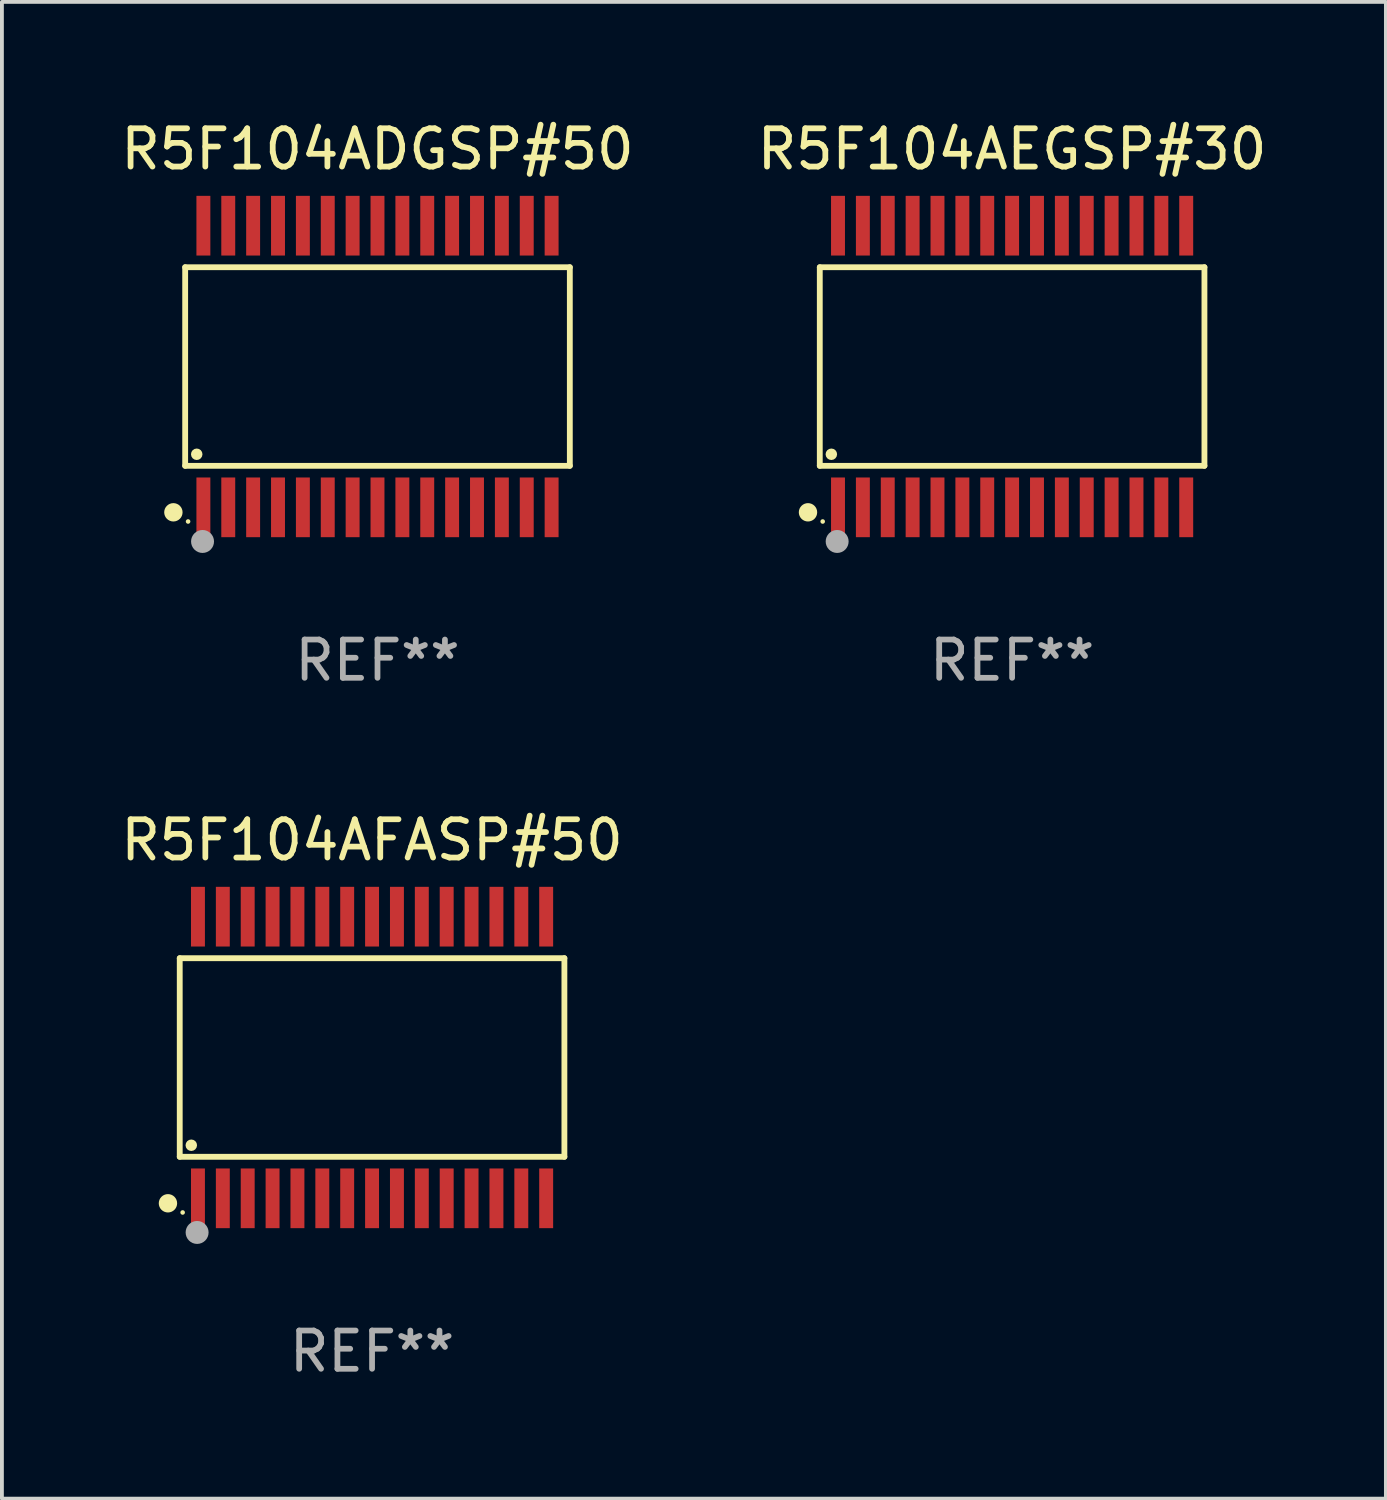
<source format=kicad_pcb>
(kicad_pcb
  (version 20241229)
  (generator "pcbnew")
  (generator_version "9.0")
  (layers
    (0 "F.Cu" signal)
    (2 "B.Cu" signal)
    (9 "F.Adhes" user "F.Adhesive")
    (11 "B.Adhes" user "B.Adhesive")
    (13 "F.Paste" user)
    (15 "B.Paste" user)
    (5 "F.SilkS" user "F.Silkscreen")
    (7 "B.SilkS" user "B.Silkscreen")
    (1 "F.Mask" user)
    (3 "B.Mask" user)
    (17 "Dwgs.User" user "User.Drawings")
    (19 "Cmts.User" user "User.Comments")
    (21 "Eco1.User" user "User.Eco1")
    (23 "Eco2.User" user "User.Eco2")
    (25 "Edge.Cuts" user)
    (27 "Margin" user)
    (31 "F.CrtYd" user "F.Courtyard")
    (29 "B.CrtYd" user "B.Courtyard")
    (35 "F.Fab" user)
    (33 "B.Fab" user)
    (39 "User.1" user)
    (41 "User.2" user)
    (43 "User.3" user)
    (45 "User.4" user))
  (footprint "R5F104AEGSP#30"
    (layer "F.Cu")
    (at 23.399 6.528)
    (property "Reference" "R5F104AEGSP#30" (at 0 -5.68 0) (layer "F.SilkS") (effects (font (size 1 1) (thickness 0.15))))
    (attr through_hole)
    (fp_line (start -5.026 -2.595) (end 5.026 -2.595) (stroke (width 0.152) (type solid)) (layer "F.SilkS"))
    (fp_line (start -5.026 2.595) (end -5.026 -2.595) (stroke (width 0.152) (type solid)) (layer "F.SilkS"))
    (fp_line (start 5.026 -2.595) (end 5.026 2.595) (stroke (width 0.152) (type solid)) (layer "F.SilkS"))
    (fp_line (start 5.026 2.595) (end -5.026 2.595) (stroke (width 0.152) (type solid)) (layer "F.SilkS"))
    (fp_circle (center -5.334 3.81) (end -5.214 3.81) (stroke (width 0.24) (type solid)) (fill no) (layer "F.SilkS"))
    (fp_circle (center -4.95 4.05) (end -4.92 4.05) (stroke (width 0.06) (type solid)) (fill no) (layer "F.SilkS"))
    (fp_circle (center -4.724 2.293) (end -4.649 2.293) (stroke (width 0.15) (type solid)) (fill no) (layer "F.SilkS"))
    (fp_circle (center -4.572 4.572) (end -4.422 4.572) (stroke (width 0.3) (type solid)) (fill no) (layer "F.Fab"))
    (fp_text user "REF**" (at 0 7.68 0) (layer "F.Fab") (effects (font (size 1 1) (thickness 0.15))))
    (pad "1" smd rect (at -4.55 3.68) (size 0.364 1.56) (layers "F.Cu" "F.Mask" "F.Paste"))
    (pad "2" smd rect (at -3.9 3.68) (size 0.364 1.56) (layers "F.Cu" "F.Mask" "F.Paste"))
    (pad "3" smd rect (at -3.25 3.68) (size 0.364 1.56) (layers "F.Cu" "F.Mask" "F.Paste"))
    (pad "4" smd rect (at -2.6 3.68) (size 0.364 1.56) (layers "F.Cu" "F.Mask" "F.Paste"))
    (pad "5" smd rect (at -1.95 3.68) (size 0.364 1.56) (layers "F.Cu" "F.Mask" "F.Paste"))
    (pad "6" smd rect (at -1.3 3.68) (size 0.364 1.56) (layers "F.Cu" "F.Mask" "F.Paste"))
    (pad "7" smd rect (at -0.65 3.68) (size 0.364 1.56) (layers "F.Cu" "F.Mask" "F.Paste"))
    (pad "8" smd rect (at -0.000013 3.68) (size 0.364 1.56) (layers "F.Cu" "F.Mask" "F.Paste"))
    (pad "9" smd rect (at 0.65 3.68) (size 0.364 1.56) (layers "F.Cu" "F.Mask" "F.Paste"))
    (pad "10" smd rect (at 1.3 3.68) (size 0.364 1.56) (layers "F.Cu" "F.Mask" "F.Paste"))
    (pad "11" smd rect (at 1.95 3.68) (size 0.364 1.56) (layers "F.Cu" "F.Mask" "F.Paste"))
    (pad "12" smd rect (at 2.6 3.68) (size 0.364 1.56) (layers "F.Cu" "F.Mask" "F.Paste"))
    (pad "13" smd rect (at 3.25 3.68) (size 0.364 1.56) (layers "F.Cu" "F.Mask" "F.Paste"))
    (pad "14" smd rect (at 3.9 3.68) (size 0.364 1.56) (layers "F.Cu" "F.Mask" "F.Paste"))
    (pad "15" smd rect (at 4.55 3.68) (size 0.364 1.56) (layers "F.Cu" "F.Mask" "F.Paste"))
    (pad "16" smd rect (at 4.55 -3.68) (size 0.364 1.56) (layers "F.Cu" "F.Mask" "F.Paste"))
    (pad "17" smd rect (at 3.9 -3.68) (size 0.364 1.56) (layers "F.Cu" "F.Mask" "F.Paste"))
    (pad "18" smd rect (at 3.25 -3.68) (size 0.364 1.56) (layers "F.Cu" "F.Mask" "F.Paste"))
    (pad "19" smd rect (at 2.6 -3.68) (size 0.364 1.56) (layers "F.Cu" "F.Mask" "F.Paste"))
    (pad "20" smd rect (at 1.95 -3.68) (size 0.364 1.56) (layers "F.Cu" "F.Mask" "F.Paste"))
    (pad "21" smd rect (at 1.3 -3.68) (size 0.364 1.56) (layers "F.Cu" "F.Mask" "F.Paste"))
    (pad "22" smd rect (at 0.65 -3.68) (size 0.364 1.56) (layers "F.Cu" "F.Mask" "F.Paste"))
    (pad "23" smd rect (at -0.000013 -3.68) (size 0.364 1.56) (layers "F.Cu" "F.Mask" "F.Paste"))
    (pad "24" smd rect (at -0.65 -3.68) (size 0.364 1.56) (layers "F.Cu" "F.Mask" "F.Paste"))
    (pad "25" smd rect (at -1.3 -3.68) (size 0.364 1.56) (layers "F.Cu" "F.Mask" "F.Paste"))
    (pad "26" smd rect (at -1.95 -3.68) (size 0.364 1.56) (layers "F.Cu" "F.Mask" "F.Paste"))
    (pad "27" smd rect (at -2.6 -3.68) (size 0.364 1.56) (layers "F.Cu" "F.Mask" "F.Paste"))
    (pad "28" smd rect (at -3.25 -3.68) (size 0.364 1.56) (layers "F.Cu" "F.Mask" "F.Paste"))
    (pad "29" smd rect (at -3.9 -3.68) (size 0.364 1.56) (layers "F.Cu" "F.Mask" "F.Paste"))
    (pad "30" smd rect (at -4.55 -3.68) (size 0.364 1.56) (layers "F.Cu" "F.Mask" "F.Paste")))
  (footprint "R5F104ADGSP#50"
    (layer "F.Cu")
    (at 6.815 6.528)
    (property "Reference" "R5F104ADGSP#50" (at 0 -5.68 0) (layer "F.SilkS") (effects (font (size 1 1) (thickness 0.15))))
    (attr through_hole)
    (fp_line (start -5.026 -2.595) (end 5.026 -2.595) (stroke (width 0.152) (type solid)) (layer "F.SilkS"))
    (fp_line (start -5.026 2.595) (end -5.026 -2.595) (stroke (width 0.152) (type solid)) (layer "F.SilkS"))
    (fp_line (start 5.026 -2.595) (end 5.026 2.595) (stroke (width 0.152) (type solid)) (layer "F.SilkS"))
    (fp_line (start 5.026 2.595) (end -5.026 2.595) (stroke (width 0.152) (type solid)) (layer "F.SilkS"))
    (fp_circle (center -5.334 3.81) (end -5.214 3.81) (stroke (width 0.24) (type solid)) (fill no) (layer "F.SilkS"))
    (fp_circle (center -4.95 4.05) (end -4.92 4.05) (stroke (width 0.06) (type solid)) (fill no) (layer "F.SilkS"))
    (fp_circle (center -4.724 2.293) (end -4.649 2.293) (stroke (width 0.15) (type solid)) (fill no) (layer "F.SilkS"))
    (fp_circle (center -4.572 4.572) (end -4.422 4.572) (stroke (width 0.3) (type solid)) (fill no) (layer "F.Fab"))
    (fp_text user "REF**" (at 0 7.68 0) (layer "F.Fab") (effects (font (size 1 1) (thickness 0.15))))
    (pad "1" smd rect (at -4.55 3.68) (size 0.364 1.56) (layers "F.Cu" "F.Mask" "F.Paste"))
    (pad "2" smd rect (at -3.9 3.68) (size 0.364 1.56) (layers "F.Cu" "F.Mask" "F.Paste"))
    (pad "3" smd rect (at -3.25 3.68) (size 0.364 1.56) (layers "F.Cu" "F.Mask" "F.Paste"))
    (pad "4" smd rect (at -2.6 3.68) (size 0.364 1.56) (layers "F.Cu" "F.Mask" "F.Paste"))
    (pad "5" smd rect (at -1.95 3.68) (size 0.364 1.56) (layers "F.Cu" "F.Mask" "F.Paste"))
    (pad "6" smd rect (at -1.3 3.68) (size 0.364 1.56) (layers "F.Cu" "F.Mask" "F.Paste"))
    (pad "7" smd rect (at -0.65 3.68) (size 0.364 1.56) (layers "F.Cu" "F.Mask" "F.Paste"))
    (pad "8" smd rect (at -0.000013 3.68) (size 0.364 1.56) (layers "F.Cu" "F.Mask" "F.Paste"))
    (pad "9" smd rect (at 0.65 3.68) (size 0.364 1.56) (layers "F.Cu" "F.Mask" "F.Paste"))
    (pad "10" smd rect (at 1.3 3.68) (size 0.364 1.56) (layers "F.Cu" "F.Mask" "F.Paste"))
    (pad "11" smd rect (at 1.95 3.68) (size 0.364 1.56) (layers "F.Cu" "F.Mask" "F.Paste"))
    (pad "12" smd rect (at 2.6 3.68) (size 0.364 1.56) (layers "F.Cu" "F.Mask" "F.Paste"))
    (pad "13" smd rect (at 3.25 3.68) (size 0.364 1.56) (layers "F.Cu" "F.Mask" "F.Paste"))
    (pad "14" smd rect (at 3.9 3.68) (size 0.364 1.56) (layers "F.Cu" "F.Mask" "F.Paste"))
    (pad "15" smd rect (at 4.55 3.68) (size 0.364 1.56) (layers "F.Cu" "F.Mask" "F.Paste"))
    (pad "16" smd rect (at 4.55 -3.68) (size 0.364 1.56) (layers "F.Cu" "F.Mask" "F.Paste"))
    (pad "17" smd rect (at 3.9 -3.68) (size 0.364 1.56) (layers "F.Cu" "F.Mask" "F.Paste"))
    (pad "18" smd rect (at 3.25 -3.68) (size 0.364 1.56) (layers "F.Cu" "F.Mask" "F.Paste"))
    (pad "19" smd rect (at 2.6 -3.68) (size 0.364 1.56) (layers "F.Cu" "F.Mask" "F.Paste"))
    (pad "20" smd rect (at 1.95 -3.68) (size 0.364 1.56) (layers "F.Cu" "F.Mask" "F.Paste"))
    (pad "21" smd rect (at 1.3 -3.68) (size 0.364 1.56) (layers "F.Cu" "F.Mask" "F.Paste"))
    (pad "22" smd rect (at 0.65 -3.68) (size 0.364 1.56) (layers "F.Cu" "F.Mask" "F.Paste"))
    (pad "23" smd rect (at -0.000013 -3.68) (size 0.364 1.56) (layers "F.Cu" "F.Mask" "F.Paste"))
    (pad "24" smd rect (at -0.65 -3.68) (size 0.364 1.56) (layers "F.Cu" "F.Mask" "F.Paste"))
    (pad "25" smd rect (at -1.3 -3.68) (size 0.364 1.56) (layers "F.Cu" "F.Mask" "F.Paste"))
    (pad "26" smd rect (at -1.95 -3.68) (size 0.364 1.56) (layers "F.Cu" "F.Mask" "F.Paste"))
    (pad "27" smd rect (at -2.6 -3.68) (size 0.364 1.56) (layers "F.Cu" "F.Mask" "F.Paste"))
    (pad "28" smd rect (at -3.25 -3.68) (size 0.364 1.56) (layers "F.Cu" "F.Mask" "F.Paste"))
    (pad "29" smd rect (at -3.9 -3.68) (size 0.364 1.56) (layers "F.Cu" "F.Mask" "F.Paste"))
    (pad "30" smd rect (at -4.55 -3.68) (size 0.364 1.56) (layers "F.Cu" "F.Mask" "F.Paste")))
  (footprint "R5F104AFASP#50"
    (layer "F.Cu")
    (at 6.673 24.585)
    (property "Reference" "R5F104AFASP#50" (at 0 -5.68 0) (layer "F.SilkS") (effects (font (size 1 1) (thickness 0.15))))
    (attr through_hole)
    (fp_line (start -5.026 -2.595) (end 5.026 -2.595) (stroke (width 0.152) (type solid)) (layer "F.SilkS"))
    (fp_line (start -5.026 2.595) (end -5.026 -2.595) (stroke (width 0.152) (type solid)) (layer "F.SilkS"))
    (fp_line (start 5.026 -2.595) (end 5.026 2.595) (stroke (width 0.152) (type solid)) (layer "F.SilkS"))
    (fp_line (start 5.026 2.595) (end -5.026 2.595) (stroke (width 0.152) (type solid)) (layer "F.SilkS"))
    (fp_circle (center -5.334 3.81) (end -5.214 3.81) (stroke (width 0.24) (type solid)) (fill no) (layer "F.SilkS"))
    (fp_circle (center -4.95 4.05) (end -4.92 4.05) (stroke (width 0.06) (type solid)) (fill no) (layer "F.SilkS"))
    (fp_circle (center -4.724 2.293) (end -4.649 2.293) (stroke (width 0.15) (type solid)) (fill no) (layer "F.SilkS"))
    (fp_circle (center -4.572 4.572) (end -4.422 4.572) (stroke (width 0.3) (type solid)) (fill no) (layer "F.Fab"))
    (fp_text user "REF**" (at 0 7.68 0) (layer "F.Fab") (effects (font (size 1 1) (thickness 0.15))))
    (pad "1" smd rect (at -4.55 3.68) (size 0.364 1.56) (layers "F.Cu" "F.Mask" "F.Paste"))
    (pad "2" smd rect (at -3.9 3.68) (size 0.364 1.56) (layers "F.Cu" "F.Mask" "F.Paste"))
    (pad "3" smd rect (at -3.25 3.68) (size 0.364 1.56) (layers "F.Cu" "F.Mask" "F.Paste"))
    (pad "4" smd rect (at -2.6 3.68) (size 0.364 1.56) (layers "F.Cu" "F.Mask" "F.Paste"))
    (pad "5" smd rect (at -1.95 3.68) (size 0.364 1.56) (layers "F.Cu" "F.Mask" "F.Paste"))
    (pad "6" smd rect (at -1.3 3.68) (size 0.364 1.56) (layers "F.Cu" "F.Mask" "F.Paste"))
    (pad "7" smd rect (at -0.65 3.68) (size 0.364 1.56) (layers "F.Cu" "F.Mask" "F.Paste"))
    (pad "8" smd rect (at -0.000013 3.68) (size 0.364 1.56) (layers "F.Cu" "F.Mask" "F.Paste"))
    (pad "9" smd rect (at 0.65 3.68) (size 0.364 1.56) (layers "F.Cu" "F.Mask" "F.Paste"))
    (pad "10" smd rect (at 1.3 3.68) (size 0.364 1.56) (layers "F.Cu" "F.Mask" "F.Paste"))
    (pad "11" smd rect (at 1.95 3.68) (size 0.364 1.56) (layers "F.Cu" "F.Mask" "F.Paste"))
    (pad "12" smd rect (at 2.6 3.68) (size 0.364 1.56) (layers "F.Cu" "F.Mask" "F.Paste"))
    (pad "13" smd rect (at 3.25 3.68) (size 0.364 1.56) (layers "F.Cu" "F.Mask" "F.Paste"))
    (pad "14" smd rect (at 3.9 3.68) (size 0.364 1.56) (layers "F.Cu" "F.Mask" "F.Paste"))
    (pad "15" smd rect (at 4.55 3.68) (size 0.364 1.56) (layers "F.Cu" "F.Mask" "F.Paste"))
    (pad "16" smd rect (at 4.55 -3.68) (size 0.364 1.56) (layers "F.Cu" "F.Mask" "F.Paste"))
    (pad "17" smd rect (at 3.9 -3.68) (size 0.364 1.56) (layers "F.Cu" "F.Mask" "F.Paste"))
    (pad "18" smd rect (at 3.25 -3.68) (size 0.364 1.56) (layers "F.Cu" "F.Mask" "F.Paste"))
    (pad "19" smd rect (at 2.6 -3.68) (size 0.364 1.56) (layers "F.Cu" "F.Mask" "F.Paste"))
    (pad "20" smd rect (at 1.95 -3.68) (size 0.364 1.56) (layers "F.Cu" "F.Mask" "F.Paste"))
    (pad "21" smd rect (at 1.3 -3.68) (size 0.364 1.56) (layers "F.Cu" "F.Mask" "F.Paste"))
    (pad "22" smd rect (at 0.65 -3.68) (size 0.364 1.56) (layers "F.Cu" "F.Mask" "F.Paste"))
    (pad "23" smd rect (at -0.000013 -3.68) (size 0.364 1.56) (layers "F.Cu" "F.Mask" "F.Paste"))
    (pad "24" smd rect (at -0.65 -3.68) (size 0.364 1.56) (layers "F.Cu" "F.Mask" "F.Paste"))
    (pad "25" smd rect (at -1.3 -3.68) (size 0.364 1.56) (layers "F.Cu" "F.Mask" "F.Paste"))
    (pad "26" smd rect (at -1.95 -3.68) (size 0.364 1.56) (layers "F.Cu" "F.Mask" "F.Paste"))
    (pad "27" smd rect (at -2.6 -3.68) (size 0.364 1.56) (layers "F.Cu" "F.Mask" "F.Paste"))
    (pad "28" smd rect (at -3.25 -3.68) (size 0.364 1.56) (layers "F.Cu" "F.Mask" "F.Paste"))
    (pad "29" smd rect (at -3.9 -3.68) (size 0.364 1.56) (layers "F.Cu" "F.Mask" "F.Paste"))
    (pad "30" smd rect (at -4.55 -3.68) (size 0.364 1.56) (layers "F.Cu" "F.Mask" "F.Paste")))
  (gr_rect
    (start -3 -3)
    (end 33.167 36.113)
    (stroke (width 0.1) (type default))
    (fill no)
    (layer "Edge.Cuts")))
</source>
